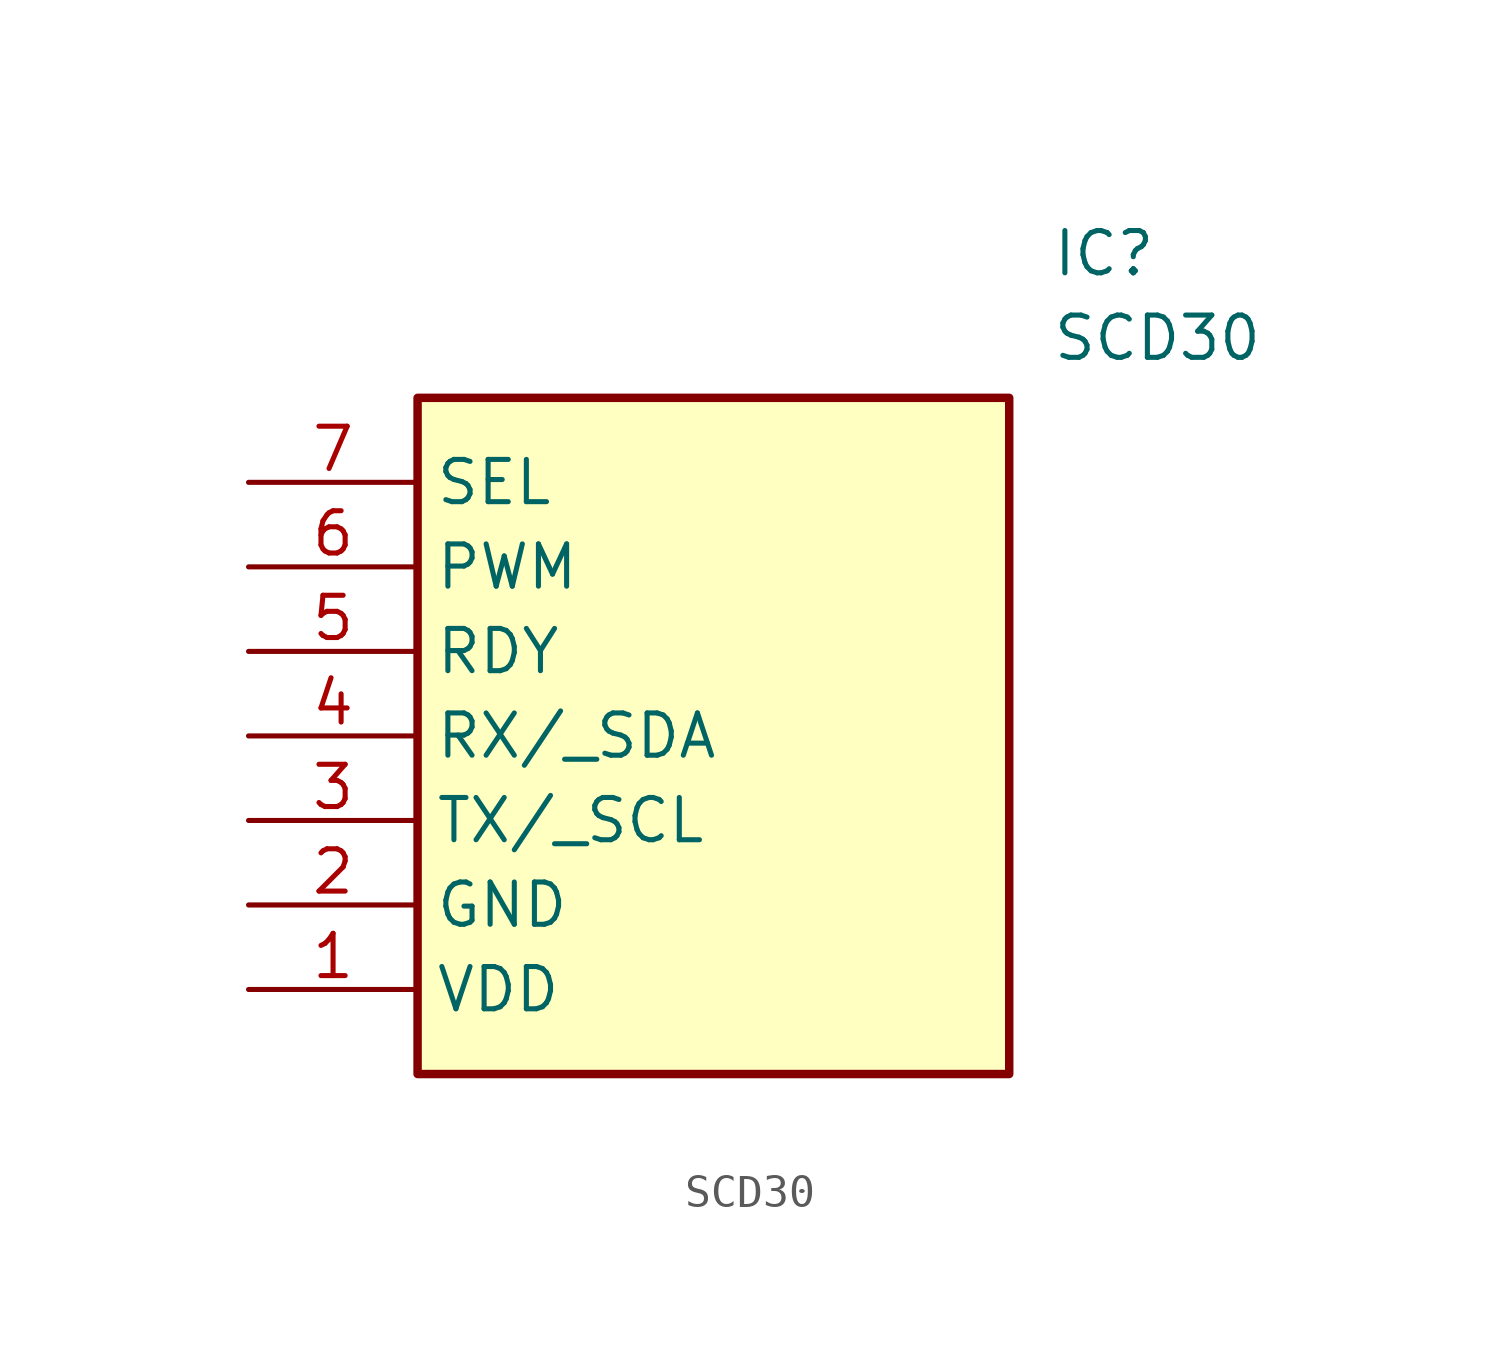
<source format=kicad_sym>
(kicad_symbol_lib
  (version 20211014)
  (generator SamacSys_ECAD_Model)
  (symbol "SCD30"
    (property "Reference" "IC"
      (at 24.13 7.62 0)
      (effects (font (size 1.27 1.27)) (justify left top)))
    (property "Value" "SCD30"
      (at 24.13 5.08 0)
      (effects (font (size 1.27 1.27)) (justify left top)))
    (rectangle
      (start 5.08 2.54)
      (end 22.86 -17.78)
      (stroke (width 0.254) (type default))
      (fill (type background)))
    (pin passive line
      (at 0 -15.24 0)
      (length 5.08)
      (name "VDD" (effects (font (size 1.27 1.27))))
      (number "1" (effects (font (size 1.27 1.27)))))
    (pin passive line
      (at 0 -12.7 0)
      (length 5.08)
      (name "GND" (effects (font (size 1.27 1.27))))
      (number "2" (effects (font (size 1.27 1.27)))))
    (pin passive line
      (at 0 -10.16 0)
      (length 5.08)
      (name "TX/_SCL" (effects (font (size 1.27 1.27))))
      (number "3" (effects (font (size 1.27 1.27)))))
    (pin passive line
      (at 0 -7.62 0)
      (length 5.08)
      (name "RX/_SDA" (effects (font (size 1.27 1.27))))
      (number "4" (effects (font (size 1.27 1.27)))))
    (pin passive line
      (at 0 -5.08 0)
      (length 5.08)
      (name "RDY" (effects (font (size 1.27 1.27))))
      (number "5" (effects (font (size 1.27 1.27)))))
    (pin passive line
      (at 0 -2.54 0)
      (length 5.08)
      (name "PWM" (effects (font (size 1.27 1.27))))
      (number "6" (effects (font (size 1.27 1.27)))))
    (pin passive line
      (at 0 0 0)
      (length 5.08)
      (name "SEL" (effects (font (size 1.27 1.27))))
      (number "7" (effects (font (size 1.27 1.27)))))))
</source>
